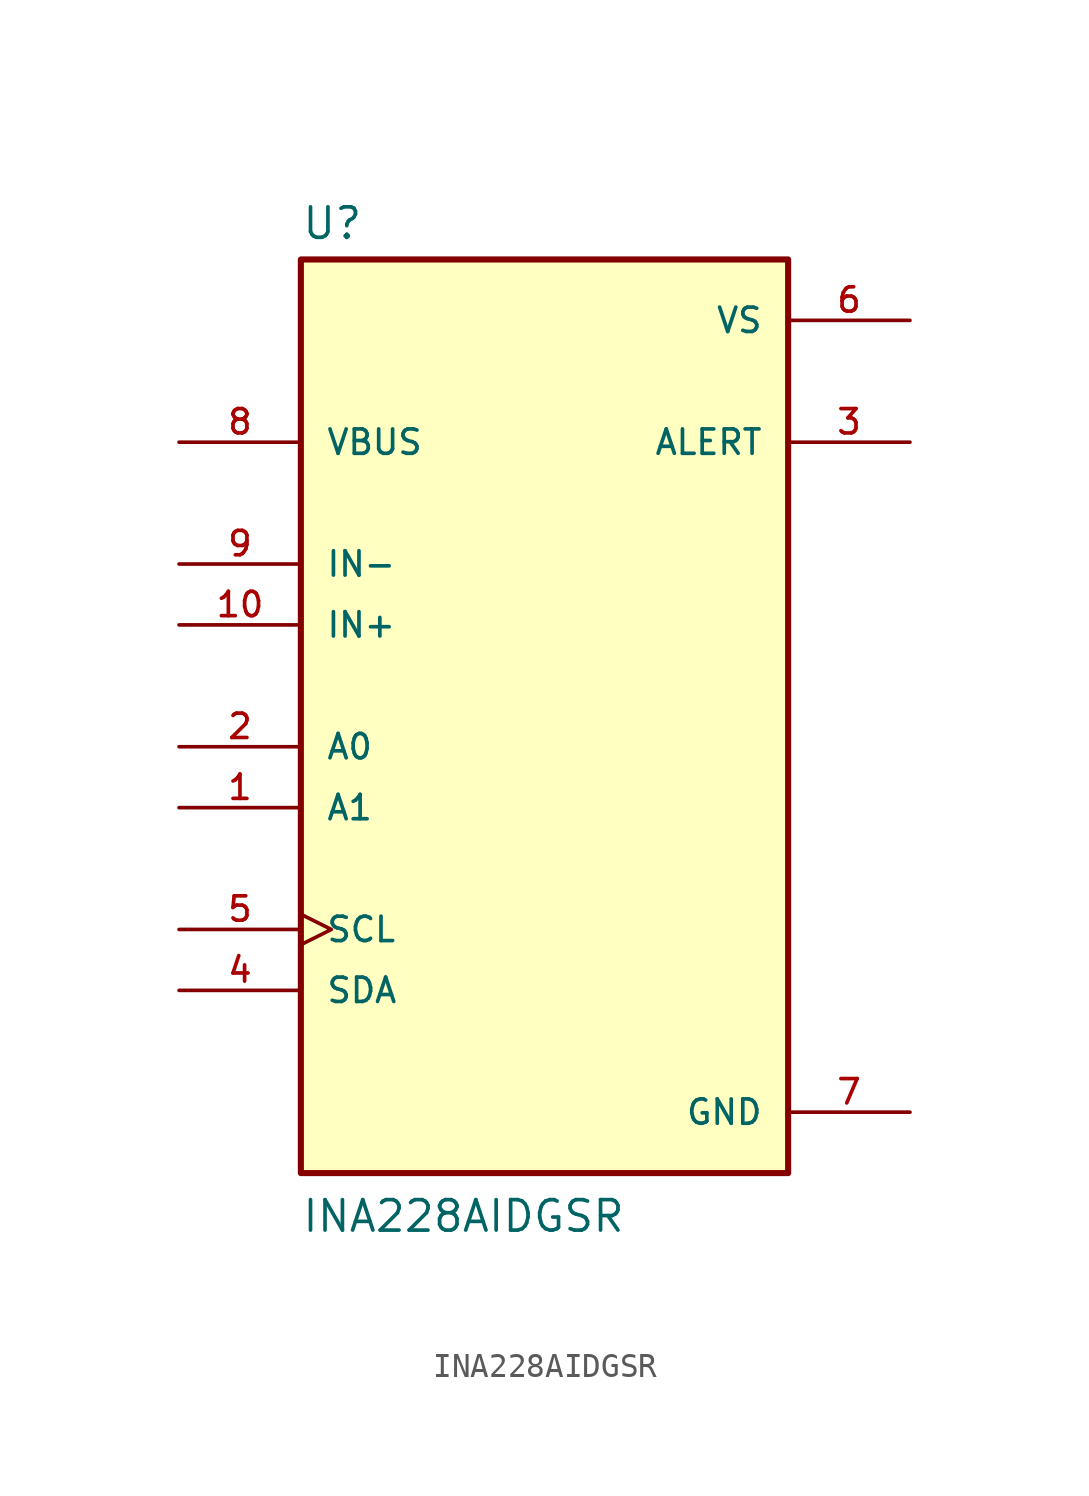
<source format=kicad_sym>
(kicad_symbol_lib
  (version 20211014)
  (generator kicad_symbol_editor)
  (symbol "INA228AIDGSR"
    (pin_names
      (offset 1.016))
    (property "Reference" "U"
      (at -10.16 21.082 0)
      (effects (font (size 1.27 1.27)) (justify bottom left)))
    (property "Value" "INA228AIDGSR"
      (at -10.16 -20.32 0)
      (effects (font (size 1.27 1.27)) (justify bottom left)))
    (symbol "INA228AIDGSR_0_0"
      (rectangle (start -10.16 -17.78) (end 10.16 20.32) (stroke (width 0.254)) (fill (type background)))
      (pin input line (at -15.24 -2.54 0) (length 5.08) (name "A1" (effects (font (size 1.016 1.016)))) (number "1" (effects (font (size 1.016 1.016)))))
      (pin input line (at -15.24 0.0 0) (length 5.08) (name "A0" (effects (font (size 1.016 1.016)))) (number "2" (effects (font (size 1.016 1.016)))))
      (pin output line (at 15.24 12.7 180.0) (length 5.08) (name "ALERT" (effects (font (size 1.016 1.016)))) (number "3" (effects (font (size 1.016 1.016)))))
      (pin bidirectional line (at -15.24 -10.16 0) (length 5.08) (name "SDA" (effects (font (size 1.016 1.016)))) (number "4" (effects (font (size 1.016 1.016)))))
      (pin input clock (at -15.24 -7.62 0) (length 5.08) (name "SCL" (effects (font (size 1.016 1.016)))) (number "5" (effects (font (size 1.016 1.016)))))
      (pin power_in line (at 15.24 17.78 180.0) (length 5.08) (name "VS" (effects (font (size 1.016 1.016)))) (number "6" (effects (font (size 1.016 1.016)))))
      (pin power_in line (at 15.24 -15.24 180.0) (length 5.08) (name "GND" (effects (font (size 1.016 1.016)))) (number "7" (effects (font (size 1.016 1.016)))))
      (pin input line (at -15.24 12.7 0) (length 5.08) (name "VBUS" (effects (font (size 1.016 1.016)))) (number "8" (effects (font (size 1.016 1.016)))))
      (pin input line (at -15.24 7.62 0) (length 5.08) (name "IN-" (effects (font (size 1.016 1.016)))) (number "9" (effects (font (size 1.016 1.016)))))
      (pin input line (at -15.24 5.08 0) (length 5.08) (name "IN+" (effects (font (size 1.016 1.016)))) (number "10" (effects (font (size 1.016 1.016))))))))
</source>
